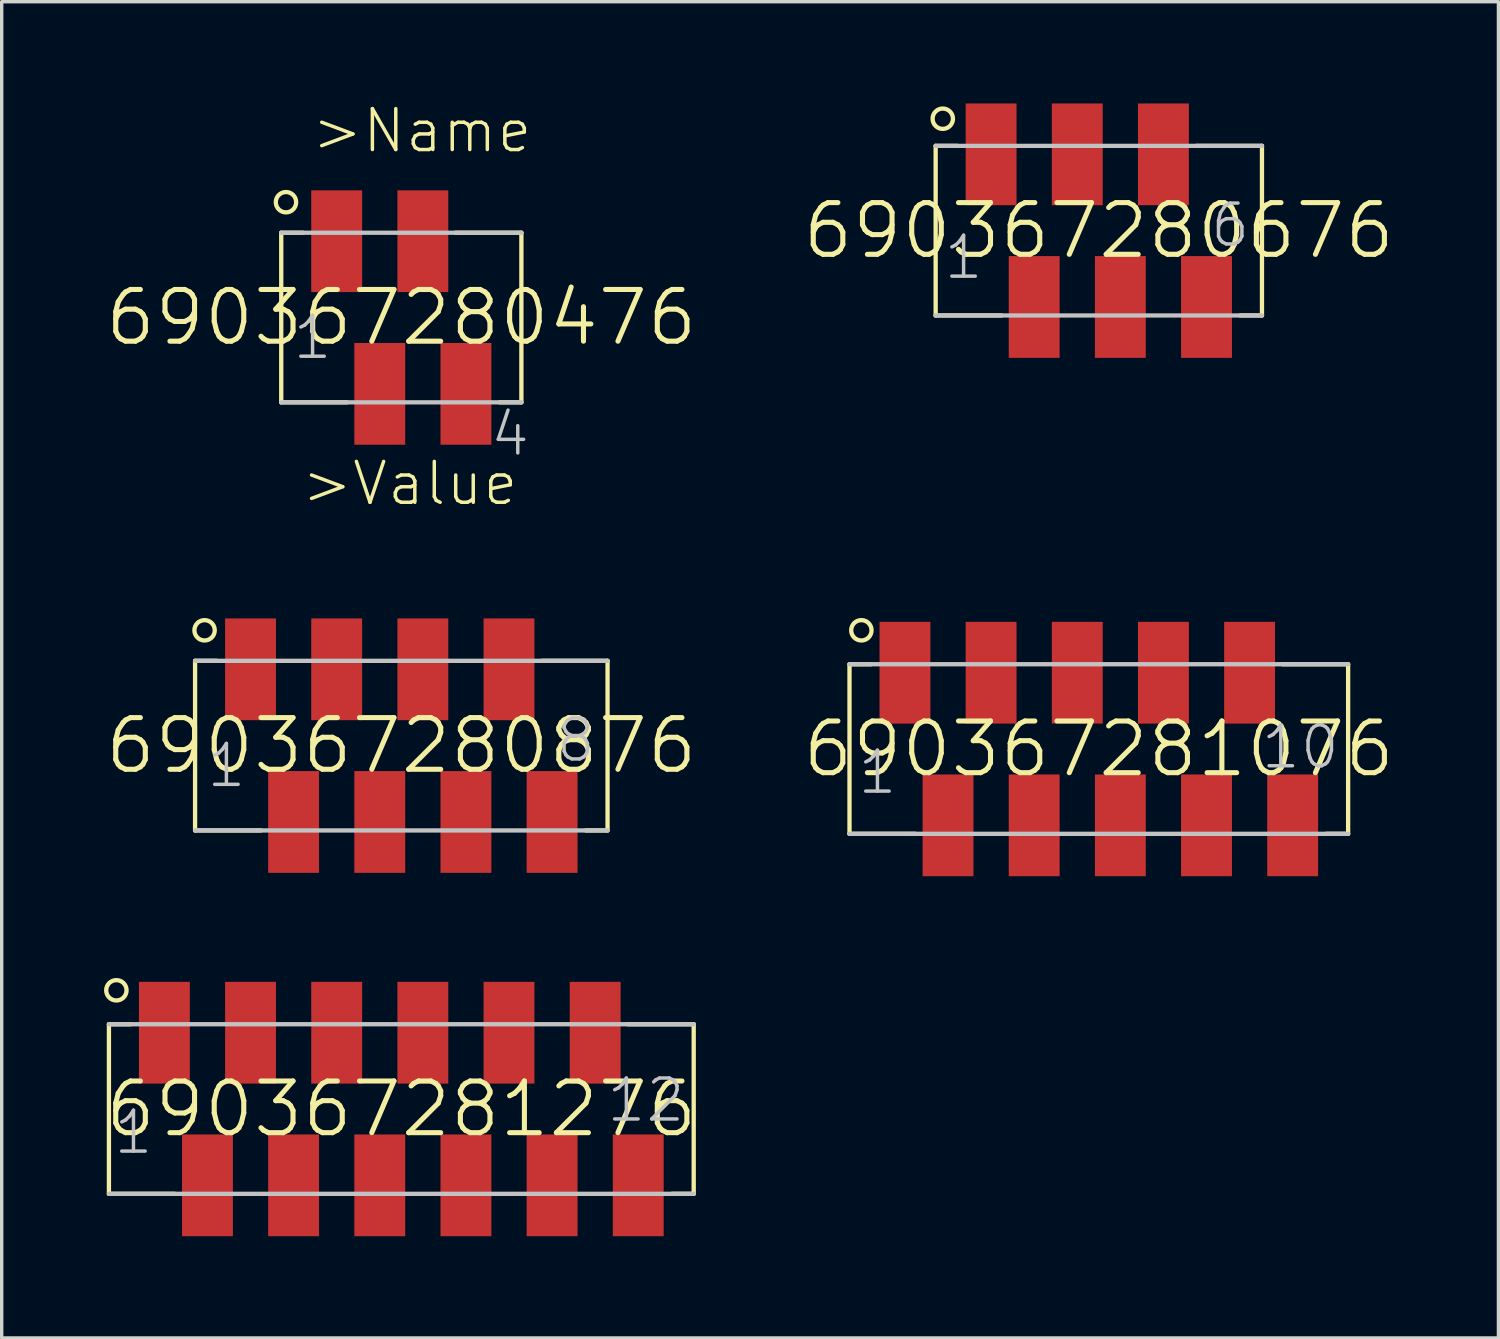
<source format=kicad_pcb>
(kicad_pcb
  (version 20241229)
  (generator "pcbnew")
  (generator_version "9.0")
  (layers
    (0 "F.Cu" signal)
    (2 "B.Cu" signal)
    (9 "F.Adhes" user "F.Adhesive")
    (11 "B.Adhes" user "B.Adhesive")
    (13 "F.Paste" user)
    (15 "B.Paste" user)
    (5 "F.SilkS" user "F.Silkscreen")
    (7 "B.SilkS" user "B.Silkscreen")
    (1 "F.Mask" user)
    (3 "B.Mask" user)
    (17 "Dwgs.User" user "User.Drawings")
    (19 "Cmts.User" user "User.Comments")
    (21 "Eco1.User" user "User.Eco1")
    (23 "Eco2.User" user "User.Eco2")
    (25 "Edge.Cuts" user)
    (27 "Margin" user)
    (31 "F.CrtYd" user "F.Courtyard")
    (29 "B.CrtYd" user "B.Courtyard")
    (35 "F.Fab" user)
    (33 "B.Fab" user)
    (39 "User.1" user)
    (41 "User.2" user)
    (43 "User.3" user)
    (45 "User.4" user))
  (footprint "690367281076"
    (layer "F.Cu")
    (at 29.344 19.032)
    (property "Reference" "690367281076" (at 0 0 0) (layer "F.SilkS") (effects (font (size 1.524 1.524) (thickness 0.15))))
    (attr through_hole)
    (fp_line (start -7.35 -2.5) (end -7.35 2.5) (stroke (width 0.127) (type solid)) (layer "F.SilkS"))
    (fp_line (start -6.71 -2.5) (end -7.35 -2.5) (stroke (width 0.127) (type solid)) (layer "F.SilkS"))
    (fp_line (start -5.41 2.5) (end -7.35 2.5) (stroke (width 0.127) (type solid)) (layer "F.SilkS"))
    (fp_line (start 5.41 -2.5) (end 7.35 -2.5) (stroke (width 0.127) (type solid)) (layer "F.SilkS"))
    (fp_line (start 6.71 2.5) (end 7.35 2.5) (stroke (width 0.127) (type solid)) (layer "F.SilkS"))
    (fp_line (start 7.35 2.5) (end 7.35 -2.5) (stroke (width 0.127) (type solid)) (layer "F.SilkS"))
    (fp_circle (center -7 -3.5) (end -6.7 -3.5) (stroke (width 0.127) (type solid)) (fill no) (layer "F.SilkS"))
    (fp_line (start -7.35 -2.5) (end 7.35 -2.5) (stroke (width 0.127) (type solid)) (layer "Dwgs.User"))
    (fp_line (start -7.35 2.5) (end 7.35 2.5) (stroke (width 0.127) (type solid)) (layer "Dwgs.User"))
    (fp_text user "1" (at -5.885 -0.018 0) (layer "Dwgs.User") (effects (font (size 1.206 1.206) (thickness 0.102)) (justify right top)))
    (fp_text user "10" (at 7.155 -0.766 0) (layer "Dwgs.User") (effects (font (size 1.206 1.206) (thickness 0.102)) (justify right top)))
    (pad "1" smd rect (at -5.715 -2.25) (size 1.5 3) (layers "F.Cu" "F.Mask" "F.Paste"))
    (pad "2" smd rect (at -4.445 2.25) (size 1.5 3) (layers "F.Cu" "F.Mask" "F.Paste"))
    (pad "3" smd rect (at -3.175 -2.25) (size 1.5 3) (layers "F.Cu" "F.Mask" "F.Paste"))
    (pad "4" smd rect (at -1.905 2.25) (size 1.5 3) (layers "F.Cu" "F.Mask" "F.Paste"))
    (pad "5" smd rect (at -0.635 -2.25) (size 1.5 3) (layers "F.Cu" "F.Mask" "F.Paste"))
    (pad "6" smd rect (at 0.635 2.25) (size 1.5 3) (layers "F.Cu" "F.Mask" "F.Paste"))
    (pad "7" smd rect (at 1.905 -2.25) (size 1.5 3) (layers "F.Cu" "F.Mask" "F.Paste"))
    (pad "8" smd rect (at 3.175 2.25) (size 1.5 3) (layers "F.Cu" "F.Mask" "F.Paste"))
    (pad "9" smd rect (at 4.445 -2.25) (size 1.5 3) (layers "F.Cu" "F.Mask" "F.Paste"))
    (pad "10" smd rect (at 5.715 2.25) (size 1.5 3) (layers "F.Cu" "F.Mask" "F.Paste")))
  (footprint "690367280876"
    (layer "F.Cu")
    (at 8.781 18.932)
    (property "Reference" "690367280876" (at 0 0 0) (layer "F.SilkS") (effects (font (size 1.524 1.524) (thickness 0.15))))
    (attr through_hole)
    (fp_line (start -6.08 -2.5) (end -6.08 2.5) (stroke (width 0.127) (type solid)) (layer "F.SilkS"))
    (fp_line (start -5.44 -2.5) (end -6.08 -2.5) (stroke (width 0.127) (type solid)) (layer "F.SilkS"))
    (fp_line (start -4.14 2.5) (end -6.08 2.5) (stroke (width 0.127) (type solid)) (layer "F.SilkS"))
    (fp_line (start 4.14 -2.5) (end 6.08 -2.5) (stroke (width 0.127) (type solid)) (layer "F.SilkS"))
    (fp_line (start 5.44 2.5) (end 6.08 2.5) (stroke (width 0.127) (type solid)) (layer "F.SilkS"))
    (fp_line (start 6.08 2.5) (end 6.08 -2.5) (stroke (width 0.127) (type solid)) (layer "F.SilkS"))
    (fp_circle (center -5.8 -3.4) (end -5.5 -3.4) (stroke (width 0.127) (type solid)) (fill no) (layer "F.SilkS"))
    (fp_line (start -6.08 -2.5) (end 6.08 -2.5) (stroke (width 0.127) (type solid)) (layer "Dwgs.User"))
    (fp_line (start -6.08 2.5) (end 6.08 2.5) (stroke (width 0.127) (type solid)) (layer "Dwgs.User"))
    (fp_text user "8" (at 5.785 -0.866 0) (layer "Dwgs.User") (effects (font (size 1.206 1.206) (thickness 0.102)) (justify right top)))
    (fp_text user "1" (at -4.515 -0.118 0) (layer "Dwgs.User") (effects (font (size 1.206 1.206) (thickness 0.102)) (justify right top)))
    (pad "1" smd rect (at -4.445 -2.25) (size 1.5 3) (layers "F.Cu" "F.Mask" "F.Paste"))
    (pad "2" smd rect (at -3.175 2.25) (size 1.5 3) (layers "F.Cu" "F.Mask" "F.Paste"))
    (pad "3" smd rect (at -1.905 -2.25) (size 1.5 3) (layers "F.Cu" "F.Mask" "F.Paste"))
    (pad "4" smd rect (at -0.635 2.25) (size 1.5 3) (layers "F.Cu" "F.Mask" "F.Paste"))
    (pad "5" smd rect (at 0.635 -2.25) (size 1.5 3) (layers "F.Cu" "F.Mask" "F.Paste"))
    (pad "6" smd rect (at 1.905 2.25) (size 1.5 3) (layers "F.Cu" "F.Mask" "F.Paste"))
    (pad "7" smd rect (at 3.175 -2.25) (size 1.5 3) (layers "F.Cu" "F.Mask" "F.Paste"))
    (pad "8" smd rect (at 4.445 2.25) (size 1.5 3) (layers "F.Cu" "F.Mask" "F.Paste")))
  (footprint "690367280676"
    (layer "F.Cu")
    (at 29.344 3.75)
    (property "Reference" "690367280676" (at 0 0 0) (layer "F.SilkS") (effects (font (size 1.524 1.524) (thickness 0.15))))
    (attr through_hole)
    (fp_line (start -4.81 -2.5) (end -4.81 2.5) (stroke (width 0.127) (type solid)) (layer "F.SilkS"))
    (fp_line (start -4.17 -2.5) (end -4.81 -2.5) (stroke (width 0.127) (type solid)) (layer "F.SilkS"))
    (fp_line (start -2.87 2.5) (end -4.81 2.5) (stroke (width 0.127) (type solid)) (layer "F.SilkS"))
    (fp_line (start 2.87 -2.5) (end 4.81 -2.5) (stroke (width 0.127) (type solid)) (layer "F.SilkS"))
    (fp_line (start 4.17 2.5) (end 4.81 2.5) (stroke (width 0.127) (type solid)) (layer "F.SilkS"))
    (fp_line (start 4.81 2.5) (end 4.81 -2.5) (stroke (width 0.127) (type solid)) (layer "F.SilkS"))
    (fp_circle (center -4.6 -3.3) (end -4.3 -3.3) (stroke (width 0.127) (type solid)) (fill no) (layer "F.SilkS"))
    (fp_line (start -4.81 -2.5) (end 4.81 -2.5) (stroke (width 0.127) (type solid)) (layer "Dwgs.User"))
    (fp_line (start -4.81 2.5) (end 4.81 2.5) (stroke (width 0.127) (type solid)) (layer "Dwgs.User"))
    (fp_text user "6" (at 4.515 -0.866 0) (layer "Dwgs.User") (effects (font (size 1.206 1.206) (thickness 0.102)) (justify right top)))
    (fp_text user "1" (at -3.345 0.082 0) (layer "Dwgs.User") (effects (font (size 1.206 1.206) (thickness 0.102)) (justify right top)))
    (pad "1" smd rect (at -3.175 -2.25) (size 1.5 3) (layers "F.Cu" "F.Mask" "F.Paste"))
    (pad "2" smd rect (at -1.905 2.25) (size 1.5 3) (layers "F.Cu" "F.Mask" "F.Paste"))
    (pad "3" smd rect (at -0.635 -2.25) (size 1.5 3) (layers "F.Cu" "F.Mask" "F.Paste"))
    (pad "4" smd rect (at 0.635 2.25) (size 1.5 3) (layers "F.Cu" "F.Mask" "F.Paste"))
    (pad "5" smd rect (at 1.905 -2.25) (size 1.5 3) (layers "F.Cu" "F.Mask" "F.Paste"))
    (pad "6" smd rect (at 3.175 2.25) (size 1.5 3) (layers "F.Cu" "F.Mask" "F.Paste")))
  (footprint "690367281276"
    (layer "F.Cu")
    (at 8.781 29.645)
    (property "Reference" "690367281276" (at 0 0 0) (layer "F.SilkS") (effects (font (size 1.524 1.524) (thickness 0.15))))
    (attr through_hole)
    (fp_line (start -8.62 -2.5) (end -8.62 2.5) (stroke (width 0.127) (type solid)) (layer "F.SilkS"))
    (fp_line (start -7.98 -2.5) (end -8.62 -2.5) (stroke (width 0.127) (type solid)) (layer "F.SilkS"))
    (fp_line (start -6.68 2.5) (end -8.62 2.5) (stroke (width 0.127) (type solid)) (layer "F.SilkS"))
    (fp_line (start 6.68 -2.5) (end 8.62 -2.5) (stroke (width 0.127) (type solid)) (layer "F.SilkS"))
    (fp_line (start 7.98 2.5) (end 8.62 2.5) (stroke (width 0.127) (type solid)) (layer "F.SilkS"))
    (fp_line (start 8.62 2.5) (end 8.62 -2.5) (stroke (width 0.127) (type solid)) (layer "F.SilkS"))
    (fp_circle (center -8.4 -3.5) (end -8.1 -3.5) (stroke (width 0.127) (type solid)) (fill no) (layer "F.SilkS"))
    (fp_line (start -8.62 -2.5) (end 8.62 -2.5) (stroke (width 0.127) (type solid)) (layer "Dwgs.User"))
    (fp_line (start -8.62 2.5) (end 8.62 2.5) (stroke (width 0.127) (type solid)) (layer "Dwgs.User"))
    (fp_text user "1" (at -7.255 -0.018 0) (layer "Dwgs.User") (effects (font (size 1.206 1.206) (thickness 0.102)) (justify right top)))
    (fp_text user "12" (at 8.425 -0.966 0) (layer "Dwgs.User") (effects (font (size 1.206 1.206) (thickness 0.102)) (justify right top)))
    (pad "1" smd rect (at -6.985 -2.25) (size 1.5 3) (layers "F.Cu" "F.Mask" "F.Paste"))
    (pad "2" smd rect (at -5.715 2.25) (size 1.5 3) (layers "F.Cu" "F.Mask" "F.Paste"))
    (pad "3" smd rect (at -4.445 -2.25) (size 1.5 3) (layers "F.Cu" "F.Mask" "F.Paste"))
    (pad "4" smd rect (at -3.175 2.25) (size 1.5 3) (layers "F.Cu" "F.Mask" "F.Paste"))
    (pad "5" smd rect (at -1.905 -2.25) (size 1.5 3) (layers "F.Cu" "F.Mask" "F.Paste"))
    (pad "6" smd rect (at -0.635 2.25) (size 1.5 3) (layers "F.Cu" "F.Mask" "F.Paste"))
    (pad "7" smd rect (at 0.635 -2.25) (size 1.5 3) (layers "F.Cu" "F.Mask" "F.Paste"))
    (pad "8" smd rect (at 1.905 2.25) (size 1.5 3) (layers "F.Cu" "F.Mask" "F.Paste"))
    (pad "9" smd rect (at 3.175 -2.25) (size 1.5 3) (layers "F.Cu" "F.Mask" "F.Paste"))
    (pad "10" smd rect (at 4.445 2.25) (size 1.5 3) (layers "F.Cu" "F.Mask" "F.Paste"))
    (pad "11" smd rect (at 5.715 -2.25) (size 1.5 3) (layers "F.Cu" "F.Mask" "F.Paste"))
    (pad "12" smd rect (at 6.985 2.25) (size 1.5 3) (layers "F.Cu" "F.Mask" "F.Paste")))
  (footprint "690367280476"
    (layer "F.Cu")
    (at 8.781 6.311)
    (property "Reference" "690367280476" (at 0 0 0) (layer "F.SilkS") (effects (font (size 1.524 1.524) (thickness 0.15))))
    (attr through_hole)
    (fp_line (start -3.54 -2.5) (end -3.54 2.5) (stroke (width 0.127) (type solid)) (layer "F.SilkS"))
    (fp_line (start -2.9 -2.5) (end -3.54 -2.5) (stroke (width 0.127) (type solid)) (layer "F.SilkS"))
    (fp_line (start -1.6 2.5) (end -3.54 2.5) (stroke (width 0.127) (type solid)) (layer "F.SilkS"))
    (fp_line (start 1.6 -2.5) (end 3.54 -2.5) (stroke (width 0.127) (type solid)) (layer "F.SilkS"))
    (fp_line (start 2.9 2.5) (end 3.54 2.5) (stroke (width 0.127) (type solid)) (layer "F.SilkS"))
    (fp_line (start 3.54 2.5) (end 3.54 -2.5) (stroke (width 0.127) (type solid)) (layer "F.SilkS"))
    (fp_circle (center -3.4 -3.4) (end -3.1 -3.4) (stroke (width 0.127) (type solid)) (fill no) (layer "F.SilkS"))
    (fp_line (start -3.54 -2.5) (end 3.54 -2.5) (stroke (width 0.127) (type solid)) (layer "Dwgs.User"))
    (fp_line (start -3.54 2.5) (end 3.54 2.5) (stroke (width 0.127) (type solid)) (layer "Dwgs.User"))
    (fp_text user ">Value" (at -3 5.6 0) (layer "F.SilkS") (effects (font (size 1.206 1.206) (thickness 0.102)) (justify left bottom)))
    (fp_text user ">Name" (at -2.7 -4.8 0) (layer "F.SilkS") (effects (font (size 1.206 1.206) (thickness 0.102)) (justify left bottom)))
    (fp_text user "4" (at 3.845 2.734 0) (layer "Dwgs.User") (effects (font (size 1.206 1.206) (thickness 0.102)) (justify right top)))
    (fp_text user "1" (at -1.975 -0.118 0) (layer "Dwgs.User") (effects (font (size 1.206 1.206) (thickness 0.102)) (justify right top)))
    (pad "1" smd rect (at -1.905 -2.25) (size 1.5 3) (layers "F.Cu" "F.Mask" "F.Paste"))
    (pad "2" smd rect (at -0.635 2.25) (size 1.5 3) (layers "F.Cu" "F.Mask" "F.Paste"))
    (pad "3" smd rect (at 0.635 -2.25) (size 1.5 3) (layers "F.Cu" "F.Mask" "F.Paste"))
    (pad "4" smd rect (at 1.905 2.25) (size 1.5 3) (layers "F.Cu" "F.Mask" "F.Paste")))
  (gr_rect
    (start -3 -3)
    (end 41.125 36.395)
    (stroke (width 0.1) (type default))
    (fill no)
    (layer "Edge.Cuts")))
</source>
